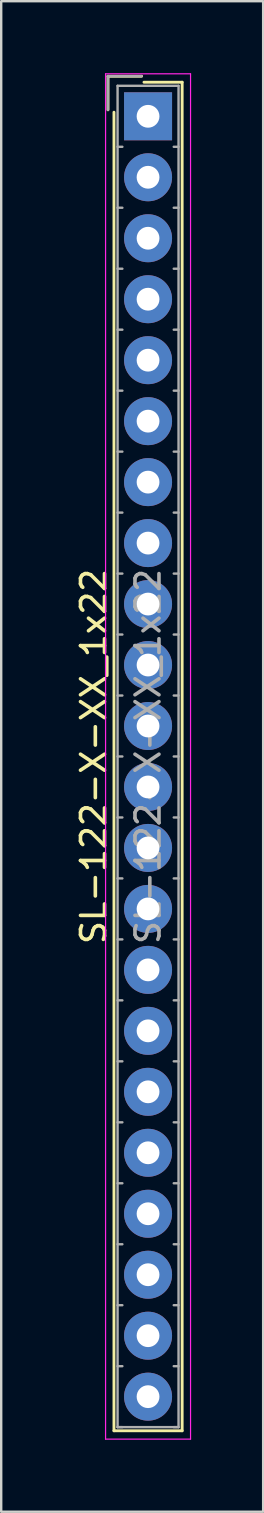
<source format=kicad_pcb>
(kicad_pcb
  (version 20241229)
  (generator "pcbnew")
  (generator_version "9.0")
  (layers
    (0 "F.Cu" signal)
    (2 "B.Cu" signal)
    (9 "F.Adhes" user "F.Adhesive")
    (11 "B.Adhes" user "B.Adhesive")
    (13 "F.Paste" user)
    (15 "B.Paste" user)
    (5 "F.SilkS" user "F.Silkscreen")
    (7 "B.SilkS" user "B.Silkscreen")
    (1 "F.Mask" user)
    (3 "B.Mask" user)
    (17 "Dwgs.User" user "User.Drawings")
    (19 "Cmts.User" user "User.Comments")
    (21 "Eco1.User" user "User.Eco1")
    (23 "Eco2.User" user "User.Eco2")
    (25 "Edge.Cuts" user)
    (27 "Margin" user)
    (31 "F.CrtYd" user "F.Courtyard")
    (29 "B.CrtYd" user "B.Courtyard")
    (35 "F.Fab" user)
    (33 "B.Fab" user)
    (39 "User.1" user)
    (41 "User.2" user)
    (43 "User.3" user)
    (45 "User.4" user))
  (footprint "SL-122-X-XX_1x22"
    (layer "F.Cu")
    (at 3.118 1.795)
    (property "Reference" "SL-122-X-XX_1x22" (at -2.27 26.67 90) (layer "F.SilkS") (effects (font (size 1 1) (thickness 0.15))))
    (attr through_hole)
    (fp_line (start -1.67 -1.67) (end -1.67 -0.27) (stroke (width 0.12) (type solid)) (layer "F.SilkS"))
    (fp_line (start -1.42 54.76) (end -1.42 -0.17) (stroke (width 0.12) (type solid)) (layer "F.SilkS"))
    (fp_line (start -0.27 -1.67) (end -1.67 -1.67) (stroke (width 0.12) (type solid)) (layer "F.SilkS"))
    (fp_line (start -0.17 -1.42) (end 1.42 -1.42) (stroke (width 0.12) (type solid)) (layer "F.SilkS"))
    (fp_line (start 1.42 -1.42) (end 1.42 54.76) (stroke (width 0.12) (type solid)) (layer "F.SilkS"))
    (fp_line (start 1.42 54.76) (end -1.42 54.76) (stroke (width 0.12) (type solid)) (layer "F.SilkS"))
    (fp_line (start -1.77 -1.77) (end -1.77 55.11) (stroke (width 0.05) (type solid)) (layer "F.CrtYd"))
    (fp_line (start -1.77 55.11) (end 1.77 55.11) (stroke (width 0.05) (type solid)) (layer "F.CrtYd"))
    (fp_line (start 1.77 -1.77) (end -1.77 -1.77) (stroke (width 0.05) (type solid)) (layer "F.CrtYd"))
    (fp_line (start 1.77 55.11) (end 1.77 -1.77) (stroke (width 0.05) (type solid)) (layer "F.CrtYd"))
    (fp_line (start -1.67 -1.67) (end -1.67 -0.27) (stroke (width 0.1) (type solid)) (layer "F.Fab"))
    (fp_line (start -1.27 -1.27) (end -1.27 54.61) (stroke (width 0.1) (type solid)) (layer "F.Fab"))
    (fp_line (start -1.27 1.27) (end -1.07 1.27) (stroke (width 0.1) (type solid)) (layer "F.Fab"))
    (fp_line (start -1.27 3.81) (end -1.07 3.81) (stroke (width 0.1) (type solid)) (layer "F.Fab"))
    (fp_line (start -1.27 6.35) (end -1.07 6.35) (stroke (width 0.1) (type solid)) (layer "F.Fab"))
    (fp_line (start -1.27 8.89) (end -1.07 8.89) (stroke (width 0.1) (type solid)) (layer "F.Fab"))
    (fp_line (start -1.27 11.43) (end -1.07 11.43) (stroke (width 0.1) (type solid)) (layer "F.Fab"))
    (fp_line (start -1.27 13.97) (end -1.07 13.97) (stroke (width 0.1) (type solid)) (layer "F.Fab"))
    (fp_line (start -1.27 16.51) (end -1.07 16.51) (stroke (width 0.1) (type solid)) (layer "F.Fab"))
    (fp_line (start -1.27 19.05) (end -1.07 19.05) (stroke (width 0.1) (type solid)) (layer "F.Fab"))
    (fp_line (start -1.27 21.59) (end -1.07 21.59) (stroke (width 0.1) (type solid)) (layer "F.Fab"))
    (fp_line (start -1.27 24.13) (end -1.07 24.13) (stroke (width 0.1) (type solid)) (layer "F.Fab"))
    (fp_line (start -1.27 26.67) (end -1.07 26.67) (stroke (width 0.1) (type solid)) (layer "F.Fab"))
    (fp_line (start -1.27 29.21) (end -1.07 29.21) (stroke (width 0.1) (type solid)) (layer "F.Fab"))
    (fp_line (start -1.27 31.75) (end -1.07 31.75) (stroke (width 0.1) (type solid)) (layer "F.Fab"))
    (fp_line (start -1.27 34.29) (end -1.07 34.29) (stroke (width 0.1) (type solid)) (layer "F.Fab"))
    (fp_line (start -1.27 36.83) (end -1.07 36.83) (stroke (width 0.1) (type solid)) (layer "F.Fab"))
    (fp_line (start -1.27 39.37) (end -1.07 39.37) (stroke (width 0.1) (type solid)) (layer "F.Fab"))
    (fp_line (start -1.27 41.91) (end -1.07 41.91) (stroke (width 0.1) (type solid)) (layer "F.Fab"))
    (fp_line (start -1.27 44.45) (end -1.07 44.45) (stroke (width 0.1) (type solid)) (layer "F.Fab"))
    (fp_line (start -1.27 46.99) (end -1.07 46.99) (stroke (width 0.1) (type solid)) (layer "F.Fab"))
    (fp_line (start -1.27 49.53) (end -1.07 49.53) (stroke (width 0.1) (type solid)) (layer "F.Fab"))
    (fp_line (start -1.27 52.07) (end -1.07 52.07) (stroke (width 0.1) (type solid)) (layer "F.Fab"))
    (fp_line (start -1.27 54.61) (end -1.07 54.61) (stroke (width 0.1) (type solid)) (layer "F.Fab"))
    (fp_line (start -1.27 54.61) (end 1.27 54.61) (stroke (width 0.1) (type solid)) (layer "F.Fab"))
    (fp_line (start -0.27 -1.67) (end -1.67 -1.67) (stroke (width 0.1) (type solid)) (layer "F.Fab"))
    (fp_line (start 1.27 -1.27) (end -1.27 -1.27) (stroke (width 0.1) (type solid)) (layer "F.Fab"))
    (fp_line (start 1.27 1.27) (end 1.07 1.27) (stroke (width 0.1) (type solid)) (layer "F.Fab"))
    (fp_line (start 1.27 3.81) (end 1.07 3.81) (stroke (width 0.1) (type solid)) (layer "F.Fab"))
    (fp_line (start 1.27 6.35) (end 1.07 6.35) (stroke (width 0.1) (type solid)) (layer "F.Fab"))
    (fp_line (start 1.27 8.89) (end 1.07 8.89) (stroke (width 0.1) (type solid)) (layer "F.Fab"))
    (fp_line (start 1.27 11.43) (end 1.07 11.43) (stroke (width 0.1) (type solid)) (layer "F.Fab"))
    (fp_line (start 1.27 13.97) (end 1.07 13.97) (stroke (width 0.1) (type solid)) (layer "F.Fab"))
    (fp_line (start 1.27 16.51) (end 1.07 16.51) (stroke (width 0.1) (type solid)) (layer "F.Fab"))
    (fp_line (start 1.27 19.05) (end 1.07 19.05) (stroke (width 0.1) (type solid)) (layer "F.Fab"))
    (fp_line (start 1.27 21.59) (end 1.07 21.59) (stroke (width 0.1) (type solid)) (layer "F.Fab"))
    (fp_line (start 1.27 24.13) (end 1.07 24.13) (stroke (width 0.1) (type solid)) (layer "F.Fab"))
    (fp_line (start 1.27 26.67) (end 1.07 26.67) (stroke (width 0.1) (type solid)) (layer "F.Fab"))
    (fp_line (start 1.27 29.21) (end 1.07 29.21) (stroke (width 0.1) (type solid)) (layer "F.Fab"))
    (fp_line (start 1.27 31.75) (end 1.07 31.75) (stroke (width 0.1) (type solid)) (layer "F.Fab"))
    (fp_line (start 1.27 34.29) (end 1.07 34.29) (stroke (width 0.1) (type solid)) (layer "F.Fab"))
    (fp_line (start 1.27 36.83) (end 1.07 36.83) (stroke (width 0.1) (type solid)) (layer "F.Fab"))
    (fp_line (start 1.27 39.37) (end 1.07 39.37) (stroke (width 0.1) (type solid)) (layer "F.Fab"))
    (fp_line (start 1.27 41.91) (end 1.07 41.91) (stroke (width 0.1) (type solid)) (layer "F.Fab"))
    (fp_line (start 1.27 44.45) (end 1.07 44.45) (stroke (width 0.1) (type solid)) (layer "F.Fab"))
    (fp_line (start 1.27 46.99) (end 1.07 46.99) (stroke (width 0.1) (type solid)) (layer "F.Fab"))
    (fp_line (start 1.27 49.53) (end 1.07 49.53) (stroke (width 0.1) (type solid)) (layer "F.Fab"))
    (fp_line (start 1.27 52.07) (end 1.07 52.07) (stroke (width 0.1) (type solid)) (layer "F.Fab"))
    (fp_line (start 1.27 54.61) (end 1.07 54.61) (stroke (width 0.1) (type solid)) (layer "F.Fab"))
    (fp_line (start 1.27 54.61) (end 1.27 -1.27) (stroke (width 0.1) (type solid)) (layer "F.Fab"))
    (fp_text user "${REFERENCE}" (at 0 26.67 90) (layer "F.Fab") (effects (font (size 1 1) (thickness 0.15))))
    (pad "1" thru_hole rect (at 0 0) (size 2 2) (drill 0.95) (layers "*.Cu" "*.Mask"))
    (pad "2" thru_hole circle (at 0 2.54) (size 2 2) (drill 0.95) (layers "*.Cu" "*.Mask"))
    (pad "3" thru_hole circle (at 0 5.08) (size 2 2) (drill 0.95) (layers "*.Cu" "*.Mask"))
    (pad "4" thru_hole circle (at 0 7.62) (size 2 2) (drill 0.95) (layers "*.Cu" "*.Mask"))
    (pad "5" thru_hole circle (at 0 10.16) (size 2 2) (drill 0.95) (layers "*.Cu" "*.Mask"))
    (pad "6" thru_hole circle (at 0 12.7) (size 2 2) (drill 0.95) (layers "*.Cu" "*.Mask"))
    (pad "7" thru_hole circle (at 0 15.24) (size 2 2) (drill 0.95) (layers "*.Cu" "*.Mask"))
    (pad "8" thru_hole circle (at 0 17.78) (size 2 2) (drill 0.95) (layers "*.Cu" "*.Mask"))
    (pad "9" thru_hole circle (at 0 20.32) (size 2 2) (drill 0.95) (layers "*.Cu" "*.Mask"))
    (pad "10" thru_hole circle (at 0 22.86) (size 2 2) (drill 0.95) (layers "*.Cu" "*.Mask"))
    (pad "11" thru_hole circle (at 0 25.4) (size 2 2) (drill 0.95) (layers "*.Cu" "*.Mask"))
    (pad "12" thru_hole circle (at 0 27.94) (size 2 2) (drill 0.95) (layers "*.Cu" "*.Mask"))
    (pad "13" thru_hole circle (at 0 30.48) (size 2 2) (drill 0.95) (layers "*.Cu" "*.Mask"))
    (pad "14" thru_hole circle (at 0 33.02) (size 2 2) (drill 0.95) (layers "*.Cu" "*.Mask"))
    (pad "15" thru_hole circle (at 0 35.56) (size 2 2) (drill 0.95) (layers "*.Cu" "*.Mask"))
    (pad "16" thru_hole circle (at 0 38.1) (size 2 2) (drill 0.95) (layers "*.Cu" "*.Mask"))
    (pad "17" thru_hole circle (at 0 40.64) (size 2 2) (drill 0.95) (layers "*.Cu" "*.Mask"))
    (pad "18" thru_hole circle (at 0 43.18) (size 2 2) (drill 0.95) (layers "*.Cu" "*.Mask"))
    (pad "19" thru_hole circle (at 0 45.72) (size 2 2) (drill 0.95) (layers "*.Cu" "*.Mask"))
    (pad "20" thru_hole circle (at 0 48.26) (size 2 2) (drill 0.95) (layers "*.Cu" "*.Mask"))
    (pad "21" thru_hole circle (at 0 50.8) (size 2 2) (drill 0.95) (layers "*.Cu" "*.Mask"))
    (pad "22" thru_hole circle (at 0 53.34) (size 2 2) (drill 0.95) (layers "*.Cu" "*.Mask")))
  (gr_rect
    (start -3 -3)
    (end 7.913 59.93)
    (stroke (width 0.1) (type default))
    (fill no)
    (layer "Edge.Cuts")))
</source>
